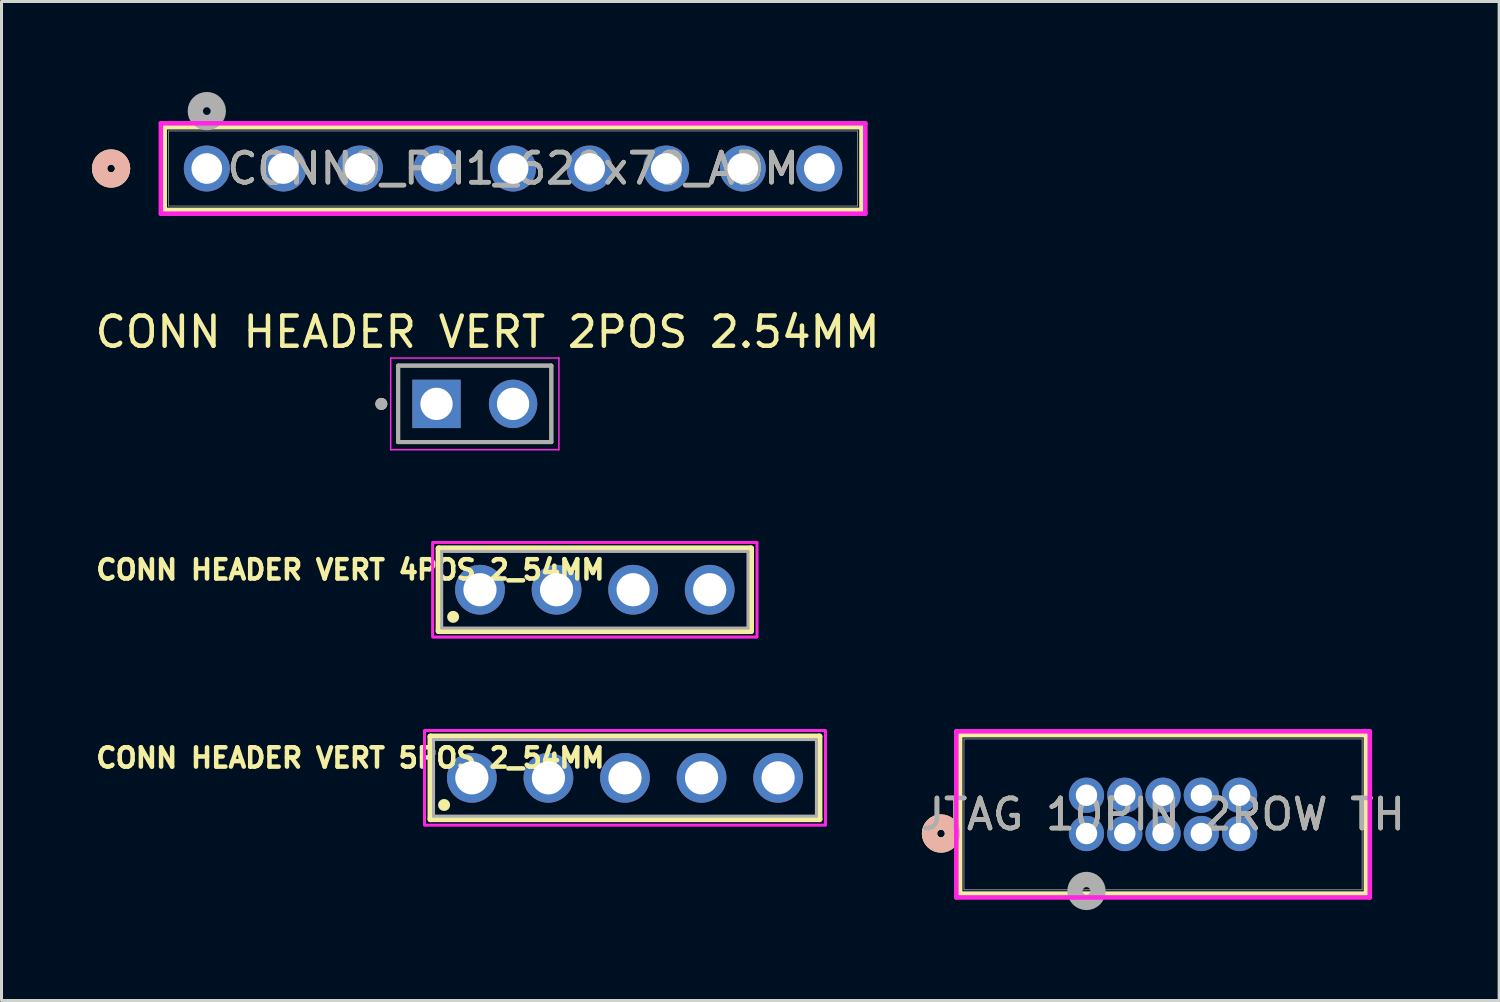
<source format=kicad_pcb>
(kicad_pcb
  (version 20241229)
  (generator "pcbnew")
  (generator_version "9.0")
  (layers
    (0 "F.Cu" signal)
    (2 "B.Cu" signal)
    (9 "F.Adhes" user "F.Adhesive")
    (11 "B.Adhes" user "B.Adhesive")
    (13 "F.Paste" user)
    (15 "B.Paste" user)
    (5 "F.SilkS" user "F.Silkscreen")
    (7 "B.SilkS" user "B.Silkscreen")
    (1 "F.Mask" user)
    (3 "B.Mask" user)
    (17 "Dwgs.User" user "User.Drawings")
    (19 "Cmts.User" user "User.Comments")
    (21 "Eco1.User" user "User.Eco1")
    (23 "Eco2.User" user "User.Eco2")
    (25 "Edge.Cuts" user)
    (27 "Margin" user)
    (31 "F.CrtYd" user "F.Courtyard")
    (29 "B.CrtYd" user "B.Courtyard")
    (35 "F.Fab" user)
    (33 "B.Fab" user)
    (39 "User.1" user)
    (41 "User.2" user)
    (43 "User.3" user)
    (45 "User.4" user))
  (footprint "JTAG 10PIN 2ROW TH"
    (layer "F.Cu")
    (at 32.991 24.6)
    (property "Reference" "JTAG 10PIN 2ROW TH" (at 2.54 -0.635 0) (unlocked yes) (layer "F.SilkS") (effects (font (size 1 1) (thickness 0.15))))
    (attr through_hole)
    (fp_line (start -4.191 -3.264) (end -4.191 1.994) (stroke (width 0.152) (type solid)) (layer "F.SilkS"))
    (fp_line (start -4.191 1.994) (end 9.271 1.994) (stroke (width 0.152) (type solid)) (layer "F.SilkS"))
    (fp_line (start 9.271 -3.264) (end -4.191 -3.264) (stroke (width 0.152) (type solid)) (layer "F.SilkS"))
    (fp_line (start 9.271 1.994) (end 9.271 -3.264) (stroke (width 0.152) (type solid)) (layer "F.SilkS"))
    (fp_circle (center -4.826 0) (end -4.445 0) (stroke (width 0.508) (type solid)) (fill no) (layer "F.SilkS"))
    (fp_circle (center -4.826 0) (end -4.445 0) (stroke (width 0.508) (type solid)) (fill no) (layer "B.SilkS"))
    (fp_line (start -4.318 -3.391) (end -4.318 2.121) (stroke (width 0.152) (type solid)) (layer "F.CrtYd"))
    (fp_line (start -4.318 2.121) (end 9.398 2.121) (stroke (width 0.152) (type solid)) (layer "F.CrtYd"))
    (fp_line (start 9.398 -3.391) (end -4.318 -3.391) (stroke (width 0.152) (type solid)) (layer "F.CrtYd"))
    (fp_line (start 9.398 2.121) (end 9.398 -3.391) (stroke (width 0.152) (type solid)) (layer "F.CrtYd"))
    (fp_line (start -4.064 -3.137) (end -4.064 1.867) (stroke (width 0.025) (type solid)) (layer "F.Fab"))
    (fp_line (start -4.064 1.867) (end 9.144 1.867) (stroke (width 0.025) (type solid)) (layer "F.Fab"))
    (fp_line (start 9.144 -3.137) (end -4.064 -3.137) (stroke (width 0.025) (type solid)) (layer "F.Fab"))
    (fp_line (start 9.144 1.867) (end 9.144 -3.137) (stroke (width 0.025) (type solid)) (layer "F.Fab"))
    (fp_circle (center 0 1.905) (end 0.381 1.905) (stroke (width 0.508) (type solid)) (fill no) (layer "F.Fab"))
    (fp_text user "${REFERENCE}" (at 2.54 -0.635 0) (unlocked yes) (layer "F.Fab") (effects (font (size 1 1) (thickness 0.15))))
    (pad "1" thru_hole circle (at 0 0) (size 1.168 1.168) (drill 0.711) (layers "*.Cu" "*.Mask"))
    (pad "2" thru_hole circle (at 0 -1.27) (size 1.168 1.168) (drill 0.711) (layers "*.Cu" "*.Mask"))
    (pad "3" thru_hole circle (at 1.27 0) (size 1.168 1.168) (drill 0.711) (layers "*.Cu" "*.Mask"))
    (pad "4" thru_hole circle (at 1.27 -1.27) (size 1.168 1.168) (drill 0.711) (layers "*.Cu" "*.Mask"))
    (pad "5" thru_hole circle (at 2.54 0) (size 1.168 1.168) (drill 0.711) (layers "*.Cu" "*.Mask"))
    (pad "6" thru_hole circle (at 2.54 -1.27) (size 1.168 1.168) (drill 0.711) (layers "*.Cu" "*.Mask"))
    (pad "7" thru_hole circle (at 3.81 0) (size 1.168 1.168) (drill 0.711) (layers "*.Cu" "*.Mask"))
    (pad "8" thru_hole circle (at 3.81 -1.27) (size 1.168 1.168) (drill 0.711) (layers "*.Cu" "*.Mask"))
    (pad "9" thru_hole circle (at 5.08 0) (size 1.168 1.168) (drill 0.711) (layers "*.Cu" "*.Mask"))
    (pad "10" thru_hole circle (at 5.08 -1.27) (size 1.168 1.168) (drill 0.711) (layers "*.Cu" "*.Mask")))
  (footprint "CONN9_PH1_620x79_ADM"
    (layer "F.Cu")
    (at 3.81 2.54)
    (property "Reference" "CONN9_PH1_620x79_ADM" (at 10.16 0 0) (unlocked yes) (layer "F.SilkS") (effects (font (size 1 1) (thickness 0.15))))
    (attr through_hole)
    (fp_line (start -1.397 -1.372) (end -1.397 1.372) (stroke (width 0.152) (type solid)) (layer "F.SilkS"))
    (fp_line (start -1.397 1.372) (end 21.717 1.372) (stroke (width 0.152) (type solid)) (layer "F.SilkS"))
    (fp_line (start 21.717 -1.372) (end -1.397 -1.372) (stroke (width 0.152) (type solid)) (layer "F.SilkS"))
    (fp_line (start 21.717 1.372) (end 21.717 -1.372) (stroke (width 0.152) (type solid)) (layer "F.SilkS"))
    (fp_circle (center -3.175 0) (end -2.794 0) (stroke (width 0.508) (type solid)) (fill no) (layer "F.SilkS"))
    (fp_circle (center -3.175 0) (end -2.794 0) (stroke (width 0.508) (type solid)) (fill no) (layer "B.SilkS"))
    (fp_line (start -1.524 -1.499) (end -1.524 1.499) (stroke (width 0.152) (type solid)) (layer "F.CrtYd"))
    (fp_line (start -1.524 1.499) (end 21.844 1.499) (stroke (width 0.152) (type solid)) (layer "F.CrtYd"))
    (fp_line (start 21.844 -1.499) (end -1.524 -1.499) (stroke (width 0.152) (type solid)) (layer "F.CrtYd"))
    (fp_line (start 21.844 1.499) (end 21.844 -1.499) (stroke (width 0.152) (type solid)) (layer "F.CrtYd"))
    (fp_line (start -1.27 -1.245) (end -1.27 1.245) (stroke (width 0.025) (type solid)) (layer "F.Fab"))
    (fp_line (start -1.27 1.245) (end 21.59 1.245) (stroke (width 0.025) (type solid)) (layer "F.Fab"))
    (fp_line (start 21.59 -1.245) (end -1.27 -1.245) (stroke (width 0.025) (type solid)) (layer "F.Fab"))
    (fp_line (start 21.59 1.245) (end 21.59 -1.245) (stroke (width 0.025) (type solid)) (layer "F.Fab"))
    (fp_circle (center 0 -1.905) (end 0.381 -1.905) (stroke (width 0.508) (type solid)) (fill no) (layer "F.Fab"))
    (fp_text user "${REFERENCE}" (at 10.16 0 0) (unlocked yes) (layer "F.Fab") (effects (font (size 1 1) (thickness 0.15))))
    (pad "1" thru_hole circle (at 0 0) (size 1.524 1.524) (drill 1.016) (layers "*.Cu" "*.Mask"))
    (pad "2" thru_hole circle (at 2.54 0) (size 1.524 1.524) (drill 1.016) (layers "*.Cu" "*.Mask"))
    (pad "3" thru_hole circle (at 5.08 0) (size 1.524 1.524) (drill 1.016) (layers "*.Cu" "*.Mask"))
    (pad "4" thru_hole circle (at 7.62 0) (size 1.524 1.524) (drill 1.016) (layers "*.Cu" "*.Mask"))
    (pad "5" thru_hole circle (at 10.16 0) (size 1.524 1.524) (drill 1.016) (layers "*.Cu" "*.Mask"))
    (pad "6" thru_hole circle (at 12.7 0) (size 1.524 1.524) (drill 1.016) (layers "*.Cu" "*.Mask"))
    (pad "7" thru_hole circle (at 15.24 0) (size 1.524 1.524) (drill 1.016) (layers "*.Cu" "*.Mask"))
    (pad "8" thru_hole circle (at 17.78 0) (size 1.524 1.524) (drill 1.016) (layers "*.Cu" "*.Mask"))
    (pad "9" thru_hole circle (at 20.32 0) (size 1.524 1.524) (drill 1.016) (layers "*.Cu" "*.Mask")))
  (footprint "CONN HEADER VERT 2POS 2.54MM"
    (layer "F.Cu")
    (at 12.7 10.348)
    (property "Reference" "CONN HEADER VERT 2POS 2.54MM" (at 0.425 -2.385 0) (layer "F.SilkS") (effects (font (size 1 1) (thickness 0.15))))
    (attr through_hole)
    (fp_line (start -2.54 -1.27) (end 2.54 -1.27) (stroke (width 0.127) (type solid)) (layer "F.SilkS"))
    (fp_line (start -2.54 1.27) (end -2.54 -1.27) (stroke (width 0.127) (type solid)) (layer "F.SilkS"))
    (fp_line (start 2.54 -1.27) (end 2.54 1.27) (stroke (width 0.127) (type solid)) (layer "F.SilkS"))
    (fp_line (start 2.54 1.27) (end -2.54 1.27) (stroke (width 0.127) (type solid)) (layer "F.SilkS"))
    (fp_circle (center -3.1 0) (end -3 0) (stroke (width 0.2) (type solid)) (fill no) (layer "F.SilkS"))
    (fp_line (start -2.79 -1.52) (end 2.79 -1.52) (stroke (width 0.05) (type solid)) (layer "F.CrtYd"))
    (fp_line (start -2.79 1.52) (end -2.79 -1.52) (stroke (width 0.05) (type solid)) (layer "F.CrtYd"))
    (fp_line (start 2.79 -1.52) (end 2.79 1.52) (stroke (width 0.05) (type solid)) (layer "F.CrtYd"))
    (fp_line (start 2.79 1.52) (end -2.79 1.52) (stroke (width 0.05) (type solid)) (layer "F.CrtYd"))
    (fp_line (start -2.54 -1.27) (end 2.54 -1.27) (stroke (width 0.127) (type solid)) (layer "F.Fab"))
    (fp_line (start -2.54 1.27) (end -2.54 -1.27) (stroke (width 0.127) (type solid)) (layer "F.Fab"))
    (fp_line (start 2.54 -1.27) (end 2.54 1.27) (stroke (width 0.127) (type solid)) (layer "F.Fab"))
    (fp_line (start 2.54 1.27) (end -2.54 1.27) (stroke (width 0.127) (type solid)) (layer "F.Fab"))
    (fp_circle (center -3.1 0) (end -3 0) (stroke (width 0.2) (type solid)) (fill no) (layer "F.Fab"))
    (pad "1" thru_hole rect (at -1.27 0) (size 1.605 1.605) (drill 1.07) (layers "*.Cu" "*.Mask"))
    (pad "2" thru_hole circle (at 1.27 0) (size 1.605 1.605) (drill 1.07) (layers "*.Cu" "*.Mask")))
  (footprint "CONN HEADER VERT 4POS 2_54MM"
    (layer "F.Cu")
    (at 16.682 16.513)
    (property "Reference" "CONN HEADER VERT 4POS 2_54MM" (at -8.11 -0.662 0) (layer "F.SilkS") (effects (font (size 0.64 0.64) (thickness 0.15))))
    (attr through_hole)
    (fp_line (start -5.18 -1.37) (end 5.18 -1.37) (stroke (width 0.2) (type solid)) (layer "F.SilkS"))
    (fp_line (start -5.18 1.37) (end -5.18 -1.37) (stroke (width 0.2) (type solid)) (layer "F.SilkS"))
    (fp_line (start 5.18 -1.37) (end 5.18 1.37) (stroke (width 0.2) (type solid)) (layer "F.SilkS"))
    (fp_line (start 5.18 1.37) (end -5.18 1.37) (stroke (width 0.2) (type solid)) (layer "F.SilkS"))
    (fp_circle (center -4.7 0.9) (end -4.6 0.9) (stroke (width 0.2) (type solid)) (fill no) (layer "F.SilkS"))
    (fp_poly (pts (xy -5.38 -1.57) (xy 5.38 -1.57) (xy 5.38 1.57) (xy -5.38 1.57)) (stroke (width 0.1) (type solid)) (fill no) (layer "F.CrtYd"))
    (fp_line (start -5.08 -1.27) (end -5.08 1.27) (stroke (width 0.1) (type solid)) (layer "F.Fab"))
    (fp_line (start -5.08 1.27) (end 5.08 1.27) (stroke (width 0.1) (type solid)) (layer "F.Fab"))
    (fp_line (start 5.08 -1.27) (end -5.08 -1.27) (stroke (width 0.1) (type solid)) (layer "F.Fab"))
    (fp_line (start 5.08 1.27) (end 5.08 -1.27) (stroke (width 0.1) (type solid)) (layer "F.Fab"))
    (pad "1" thru_hole circle (at -3.81 0) (size 1.65 1.65) (drill 1.1) (layers "*.Cu" "*.Mask"))
    (pad "2" thru_hole circle (at -1.27 0) (size 1.65 1.65) (drill 1.1) (layers "*.Cu" "*.Mask"))
    (pad "3" thru_hole circle (at 1.27 0) (size 1.65 1.65) (drill 1.1) (layers "*.Cu" "*.Mask"))
    (pad "4" thru_hole circle (at 3.81 0) (size 1.65 1.65) (drill 1.1) (layers "*.Cu" "*.Mask")))
  (footprint "CONN HEADER VERT 5POS 2_54MM"
    (layer "F.Cu")
    (at 17.682 22.753)
    (property "Reference" "CONN HEADER VERT 5POS 2_54MM" (at -9.11 -0.662 0) (layer "F.SilkS") (effects (font (size 0.64 0.64) (thickness 0.15))))
    (attr through_hole)
    (fp_line (start -6.45 -1.37) (end 6.45 -1.37) (stroke (width 0.2) (type solid)) (layer "F.SilkS"))
    (fp_line (start -6.45 1.37) (end -6.45 -1.37) (stroke (width 0.2) (type solid)) (layer "F.SilkS"))
    (fp_line (start 6.45 -1.37) (end 6.45 1.37) (stroke (width 0.2) (type solid)) (layer "F.SilkS"))
    (fp_line (start 6.45 1.37) (end -6.45 1.37) (stroke (width 0.2) (type solid)) (layer "F.SilkS"))
    (fp_circle (center -6 0.9) (end -5.9 0.9) (stroke (width 0.2) (type solid)) (fill no) (layer "F.SilkS"))
    (fp_poly (pts (xy -6.65 -1.57) (xy 6.65 -1.57) (xy 6.65 1.57) (xy -6.65 1.57)) (stroke (width 0.1) (type solid)) (fill no) (layer "F.CrtYd"))
    (fp_line (start -6.35 -1.27) (end -6.35 1.27) (stroke (width 0.1) (type solid)) (layer "F.Fab"))
    (fp_line (start -6.35 1.27) (end 6.35 1.27) (stroke (width 0.1) (type solid)) (layer "F.Fab"))
    (fp_line (start 6.35 -1.27) (end -6.35 -1.27) (stroke (width 0.1) (type solid)) (layer "F.Fab"))
    (fp_line (start 6.35 1.27) (end 6.35 -1.27) (stroke (width 0.1) (type solid)) (layer "F.Fab"))
    (pad "1" thru_hole circle (at -5.08 0) (size 1.65 1.65) (drill 1.1) (layers "*.Cu" "*.Mask"))
    (pad "2" thru_hole circle (at -2.54 0) (size 1.65 1.65) (drill 1.1) (layers "*.Cu" "*.Mask"))
    (pad "3" thru_hole circle (at 0 0) (size 1.65 1.65) (drill 1.1) (layers "*.Cu" "*.Mask"))
    (pad "4" thru_hole circle (at 2.54 0) (size 1.65 1.65) (drill 1.1) (layers "*.Cu" "*.Mask"))
    (pad "5" thru_hole circle (at 5.08 0) (size 1.65 1.65) (drill 1.1) (layers "*.Cu" "*.Mask")))
  (gr_rect
    (start -3 -3)
    (end 46.68 30.14)
    (stroke (width 0.1) (type default))
    (fill no)
    (layer "Edge.Cuts")))
</source>
